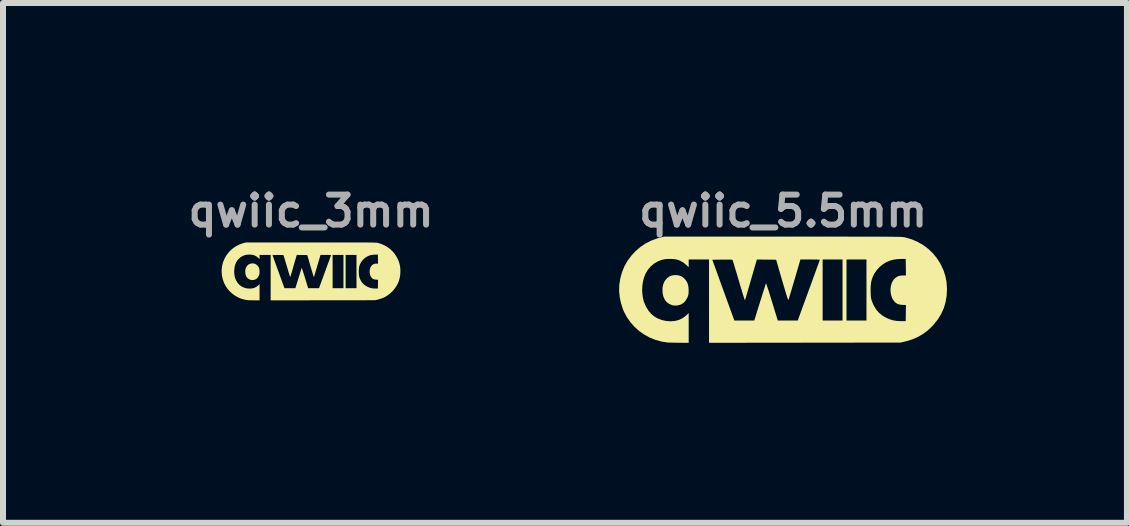
<source format=kicad_pcb>
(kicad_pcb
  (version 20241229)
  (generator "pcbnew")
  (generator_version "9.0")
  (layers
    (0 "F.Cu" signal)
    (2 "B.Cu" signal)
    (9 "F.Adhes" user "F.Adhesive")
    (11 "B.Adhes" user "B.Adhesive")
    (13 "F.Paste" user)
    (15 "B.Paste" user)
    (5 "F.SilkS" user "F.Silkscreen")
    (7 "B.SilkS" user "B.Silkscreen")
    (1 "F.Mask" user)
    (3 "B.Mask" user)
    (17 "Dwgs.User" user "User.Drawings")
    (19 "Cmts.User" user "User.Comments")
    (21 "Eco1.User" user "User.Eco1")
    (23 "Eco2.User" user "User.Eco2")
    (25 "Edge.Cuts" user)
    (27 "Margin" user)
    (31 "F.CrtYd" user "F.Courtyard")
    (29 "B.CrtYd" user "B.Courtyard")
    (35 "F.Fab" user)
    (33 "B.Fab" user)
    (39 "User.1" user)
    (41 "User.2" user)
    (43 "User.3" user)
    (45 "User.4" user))
  (footprint "qwiic_3mm"
    (layer "F.Cu")
    (at 2.136 1.468)
    (property "Reference" "qwiic_3mm" (at 0 -1 0) (layer "F.Fab") (effects (font (size 0.5 0.5) (thickness 0.1))))
    (attr board_only exclude_from_pos_files exclude_from_bom)
    (fp_poly (pts (xy -0.951 -0.124) (xy -0.928 -0.117) (xy -0.908 -0.103) (xy -0.902 -0.099) (xy -0.883 -0.078) (xy -0.87 -0.055) (xy -0.862 -0.027) (xy -0.859 0.005) (xy -0.86 0.024) (xy -0.861 0.042) (xy -0.863 0.055) (xy -0.866 0.066) (xy -0.872 0.078) (xy -0.875 0.086) (xy -0.891 0.111) (xy -0.91 0.129) (xy -0.932 0.142) (xy -0.959 0.149) (xy -0.973 0.151) (xy -0.988 0.151) (xy -1.003 0.149) (xy -1.008 0.147) (xy -1.035 0.136) (xy -1.058 0.12) (xy -1.076 0.098) (xy -1.088 0.072) (xy -1.095 0.041) (xy -1.097 0.023) (xy -1.097 -0.011) (xy -1.091 -0.042) (xy -1.08 -0.068) (xy -1.063 -0.09) (xy -1.054 -0.1) (xy -1.033 -0.114) (xy -1.01 -0.123) (xy -0.984 -0.127) (xy -0.978 -0.127)) (stroke (width 0) (type solid)) (fill yes) (layer "F.SilkS"))
    (fp_poly (pts (xy 0.103 -0.476) (xy 0.201 -0.476) (xy 0.292 -0.476) (xy 0.377 -0.476) (xy 0.455 -0.476) (xy 0.527 -0.476) (xy 0.594 -0.476) (xy 0.655 -0.476) (xy 0.711 -0.476) (xy 0.762 -0.476) (xy 0.808 -0.476) (xy 0.85 -0.476) (xy 0.887 -0.476) (xy 0.92 -0.476) (xy 0.95 -0.475) (xy 0.976 -0.475) (xy 0.999 -0.475) (xy 1.018 -0.475) (xy 1.035 -0.474) (xy 1.05 -0.474) (xy 1.062 -0.474) (xy 1.072 -0.473) (xy 1.08 -0.473) (xy 1.087 -0.472) (xy 1.093 -0.472) (xy 1.097 -0.471) (xy 1.101 -0.471) (xy 1.104 -0.47) (xy 1.107 -0.47) (xy 1.166 -0.452) (xy 1.221 -0.429) (xy 1.272 -0.4) (xy 1.318 -0.366) (xy 1.36 -0.326) (xy 1.397 -0.281) (xy 1.429 -0.231) (xy 1.436 -0.218) (xy 1.459 -0.168) (xy 1.475 -0.118) (xy 1.485 -0.066) (xy 1.489 -0.012) (xy 1.489 0.003) (xy 1.486 0.064) (xy 1.476 0.121) (xy 1.46 0.175) (xy 1.437 0.227) (xy 1.407 0.275) (xy 1.37 0.322) (xy 1.355 0.339) (xy 1.314 0.377) (xy 1.27 0.41) (xy 1.224 0.437) (xy 1.174 0.458) (xy 1.118 0.475) (xy 1.102 0.479) (xy 1.067 0.487) (xy 0.197 0.488) (xy -0.674 0.489) (xy -0.674 0.111) (xy -0.674 -0.266) (xy -0.644 -0.266) (xy -0.544 0.01) (xy -0.444 0.286) (xy -0.353 0.286) (xy -0.262 0.286) (xy -0.21 0.119) (xy -0.2 0.085) (xy -0.19 0.054) (xy -0.181 0.025) (xy -0.173 0.000278) (xy -0.166 -0.021) (xy -0.161 -0.037) (xy -0.158 -0.047) (xy -0.156 -0.052) (xy -0.156 -0.052) (xy -0.154 -0.049) (xy -0.151 -0.04) (xy -0.146 -0.025) (xy -0.139 -0.005) (xy -0.132 0.019) (xy -0.123 0.046) (xy -0.113 0.077) (xy -0.103 0.11) (xy -0.101 0.116) (xy -0.049 0.286) (xy 0.042 0.286) (xy 0.132 0.286) (xy 0.233 0.011) (xy 0.248 -0.031) (xy 0.263 -0.072) (xy 0.277 -0.11) (xy 0.29 -0.145) (xy 0.302 -0.177) (xy 0.312 -0.205) (xy 0.32 -0.228) (xy 0.326 -0.246) (xy 0.331 -0.259) (xy 0.333 -0.265) (xy 0.333 -0.266) (xy 0.33 -0.266) (xy 0.32 -0.267) (xy 0.305 -0.268) (xy 0.286 -0.268) (xy 0.263 -0.268) (xy 0.245 -0.268) (xy 0.359 -0.268) (xy 0.359 0.009) (xy 0.359 0.286) (xy 0.449 0.286) (xy 0.54 0.286) (xy 0.54 0.009) (xy 0.54 -0.268) (xy 0.576 -0.268) (xy 0.576 0.009) (xy 0.576 0.286) (xy 0.667 0.286) (xy 0.757 0.286) (xy 0.757 0.011) (xy 0.795 0.011) (xy 0.796 0.04) (xy 0.797 0.064) (xy 0.8 0.084) (xy 0.804 0.102) (xy 0.81 0.12) (xy 0.819 0.14) (xy 0.825 0.152) (xy 0.846 0.187) (xy 0.873 0.218) (xy 0.905 0.243) (xy 0.93 0.258) (xy 0.963 0.273) (xy 0.995 0.284) (xy 1.027 0.29) (xy 1.063 0.292) (xy 1.08 0.292) (xy 1.114 0.292) (xy 1.115 0.219) (xy 1.116 0.146) (xy 1.084 0.144) (xy 1.058 0.141) (xy 1.037 0.134) (xy 1.02 0.123) (xy 1.009 0.112) (xy 0.994 0.089) (xy 0.983 0.062) (xy 0.977 0.033) (xy 0.976 0.004) (xy 0.979 -0.025) (xy 0.987 -0.053) (xy 0.999 -0.077) (xy 1.016 -0.097) (xy 1.033 -0.11) (xy 1.051 -0.118) (xy 1.072 -0.122) (xy 1.088 -0.123) (xy 1.116 -0.123) (xy 1.115 -0.198) (xy 1.114 -0.274) (xy 1.069 -0.273) (xy 1.033 -0.271) (xy 1.001 -0.266) (xy 0.971 -0.258) (xy 0.941 -0.245) (xy 0.935 -0.242) (xy 0.906 -0.224) (xy 0.878 -0.201) (xy 0.853 -0.174) (xy 0.833 -0.146) (xy 0.827 -0.136) (xy 0.816 -0.112) (xy 0.807 -0.09) (xy 0.801 -0.069) (xy 0.798 -0.046) (xy 0.796 -0.019) (xy 0.795 0.011) (xy 0.757 0.011) (xy 0.757 0.009) (xy 0.757 -0.268) (xy 0.667 -0.268) (xy 0.576 -0.268) (xy 0.54 -0.268) (xy 0.449 -0.268) (xy 0.359 -0.268) (xy 0.245 -0.268) (xy 0.157 -0.268) (xy 0.105 -0.091) (xy 0.095 -0.057) (xy 0.085 -0.024) (xy 0.076 0.006) (xy 0.068 0.034) (xy 0.061 0.057) (xy 0.056 0.075) (xy 0.052 0.088) (xy 0.049 0.095) (xy 0.049 0.096) (xy 0.048 0.098) (xy 0.048 0.099) (xy 0.046 0.098) (xy 0.045 0.097) (xy 0.043 0.093) (xy 0.041 0.087) (xy 0.038 0.078) (xy 0.034 0.066) (xy 0.029 0.05) (xy 0.023 0.03) (xy 0.016 0.006) (xy 0.007 -0.023) (xy -0.003 -0.057) (xy -0.015 -0.097) (xy -0.028 -0.143) (xy -0.043 -0.196) (xy -0.046 -0.207) (xy -0.064 -0.266) (xy -0.151 -0.267) (xy -0.239 -0.268) (xy -0.248 -0.238) (xy -0.251 -0.228) (xy -0.255 -0.212) (xy -0.261 -0.191) (xy -0.269 -0.166) (xy -0.277 -0.137) (xy -0.286 -0.106) (xy -0.296 -0.073) (xy -0.301 -0.054) (xy -0.31 -0.022) (xy -0.319 0.008) (xy -0.327 0.035) (xy -0.334 0.058) (xy -0.34 0.078) (xy -0.344 0.092) (xy -0.347 0.1) (xy -0.348 0.102) (xy -0.349 0.1) (xy -0.352 0.09) (xy -0.357 0.075) (xy -0.364 0.056) (xy -0.371 0.031) (xy -0.38 0.003) (xy -0.389 -0.028) (xy -0.399 -0.062) (xy -0.404 -0.078) (xy -0.414 -0.113) (xy -0.424 -0.146) (xy -0.433 -0.176) (xy -0.441 -0.203) (xy -0.448 -0.226) (xy -0.453 -0.244) (xy -0.457 -0.257) (xy -0.46 -0.263) (xy -0.46 -0.264) (xy -0.464 -0.266) (xy -0.474 -0.267) (xy -0.49 -0.267) (xy -0.513 -0.267) (xy -0.542 -0.267) (xy -0.553 -0.267) (xy -0.644 -0.266) (xy -0.674 -0.266) (xy -0.674 -0.268) (xy -0.766 -0.268) (xy -0.859 -0.268) (xy -0.859 -0.233) (xy -0.859 -0.198) (xy -0.878 -0.216) (xy -0.906 -0.24) (xy -0.937 -0.257) (xy -0.957 -0.265) (xy -0.975 -0.269) (xy -0.999 -0.272) (xy -1.025 -0.274) (xy -1.051 -0.273) (xy -1.076 -0.271) (xy -1.097 -0.267) (xy -1.098 -0.267) (xy -1.137 -0.252) (xy -1.173 -0.232) (xy -1.204 -0.205) (xy -1.231 -0.174) (xy -1.251 -0.14) (xy -1.265 -0.106) (xy -1.275 -0.068) (xy -1.28 -0.027) (xy -1.282 0.014) (xy -1.28 0.044) (xy -1.276 0.074) (xy -1.271 0.098) (xy -1.265 0.12) (xy -1.256 0.142) (xy -1.248 0.159) (xy -1.227 0.194) (xy -1.202 0.224) (xy -1.172 0.249) (xy -1.141 0.267) (xy -1.102 0.283) (xy -1.06 0.291) (xy -1.023 0.293) (xy -0.983 0.29) (xy -0.947 0.281) (xy -0.914 0.265) (xy -0.885 0.243) (xy -0.88 0.239) (xy -0.859 0.218) (xy -0.859 0.354) (xy -0.859 0.489) (xy -0.947 0.489) (xy -0.972 0.488) (xy -0.996 0.488) (xy -1.017 0.488) (xy -1.033 0.487) (xy -1.045 0.487) (xy -1.049 0.487) (xy -1.106 0.478) (xy -1.161 0.463) (xy -1.214 0.441) (xy -1.263 0.414) (xy -1.309 0.382) (xy -1.351 0.344) (xy -1.389 0.302) (xy -1.421 0.256) (xy -1.447 0.206) (xy -1.457 0.183) (xy -1.475 0.128) (xy -1.486 0.073) (xy -1.491 0.018) (xy -1.49 -0.036) (xy -1.481 -0.096) (xy -1.465 -0.153) (xy -1.443 -0.206) (xy -1.415 -0.256) (xy -1.38 -0.303) (xy -1.342 -0.345) (xy -1.297 -0.383) (xy -1.25 -0.414) (xy -1.199 -0.44) (xy -1.144 -0.46) (xy -1.121 -0.467) (xy -1.082 -0.476) (xy -0.002 -0.476)) (stroke (width 0) (type solid)) (fill yes) (layer "F.SilkS")))
  (footprint "qwiic_5.5mm"
    (layer "F.Cu")
    (at 10.006 1.768)
    (property "Reference" "qwiic_5.5mm" (at 0 -1.3 0) (layer "F.Fab") (effects (font (size 0.5 0.5) (thickness 0.1))))
    (attr board_only exclude_from_pos_files exclude_from_bom)
    (fp_poly (pts (xy -1.745 -0.228) (xy -1.702 -0.214) (xy -1.664 -0.19) (xy -1.654 -0.181) (xy -1.62 -0.143) (xy -1.596 -0.1) (xy -1.581 -0.05) (xy -1.576 0.009) (xy -1.576 0.045) (xy -1.578 0.076) (xy -1.582 0.1) (xy -1.588 0.121) (xy -1.598 0.144) (xy -1.605 0.158) (xy -1.634 0.204) (xy -1.668 0.237) (xy -1.709 0.26) (xy -1.758 0.273) (xy -1.783 0.276) (xy -1.811 0.276) (xy -1.839 0.272) (xy -1.847 0.27) (xy -1.898 0.25) (xy -1.94 0.22) (xy -1.972 0.18) (xy -1.995 0.132) (xy -2.009 0.075) (xy -2.012 0.043) (xy -2.011 -0.021) (xy -2 -0.076) (xy -1.98 -0.124) (xy -1.949 -0.166) (xy -1.932 -0.183) (xy -1.894 -0.21) (xy -1.853 -0.226) (xy -1.804 -0.232) (xy -1.794 -0.233)) (stroke (width 0) (type solid)) (fill yes) (layer "F.SilkS"))
    (fp_poly (pts (xy 0.189 -0.874) (xy 0.368 -0.874) (xy 0.536 -0.874) (xy 0.691 -0.874) (xy 0.834 -0.874) (xy 0.967 -0.874) (xy 1.089 -0.873) (xy 1.201 -0.873) (xy 1.304 -0.873) (xy 1.397 -0.873) (xy 1.482 -0.873) (xy 1.558 -0.873) (xy 1.626 -0.872) (xy 1.687 -0.872) (xy 1.742 -0.872) (xy 1.789 -0.871) (xy 1.831 -0.871) (xy 1.867 -0.87) (xy 1.898 -0.87) (xy 1.925 -0.869) (xy 1.947 -0.869) (xy 1.966 -0.868) (xy 1.981 -0.867) (xy 1.994 -0.866) (xy 2.004 -0.865) (xy 2.012 -0.864) (xy 2.019 -0.863) (xy 2.025 -0.862) (xy 2.03 -0.861) (xy 2.138 -0.83) (xy 2.239 -0.787) (xy 2.332 -0.734) (xy 2.417 -0.671) (xy 2.494 -0.598) (xy 2.562 -0.515) (xy 2.62 -0.424) (xy 2.633 -0.399) (xy 2.675 -0.308) (xy 2.704 -0.216) (xy 2.723 -0.121) (xy 2.73 -0.021) (xy 2.731 0.006) (xy 2.725 0.117) (xy 2.707 0.222) (xy 2.677 0.321) (xy 2.634 0.415) (xy 2.58 0.505) (xy 2.512 0.59) (xy 2.484 0.621) (xy 2.409 0.692) (xy 2.329 0.751) (xy 2.244 0.8) (xy 2.152 0.84) (xy 2.05 0.871) (xy 2.021 0.878) (xy 1.957 0.893) (xy 0.36 0.895) (xy -1.236 0.897) (xy -1.236 0.203) (xy -1.236 -0.488) (xy -1.181 -0.488) (xy -0.998 0.018) (xy -0.814 0.525) (xy -0.647 0.525) (xy -0.481 0.525) (xy -0.386 0.218) (xy -0.366 0.156) (xy -0.349 0.099) (xy -0.332 0.046) (xy -0.317 0.001) (xy -0.305 -0.038) (xy -0.296 -0.067) (xy -0.289 -0.087) (xy -0.286 -0.095) (xy -0.286 -0.095) (xy -0.283 -0.09) (xy -0.277 -0.073) (xy -0.268 -0.046) (xy -0.256 -0.01) (xy -0.241 0.034) (xy -0.225 0.085) (xy -0.208 0.142) (xy -0.189 0.203) (xy -0.186 0.212) (xy -0.09 0.525) (xy 0.076 0.525) (xy 0.243 0.525) (xy 0.427 0.021) (xy 0.456 -0.057) (xy 0.483 -0.132) (xy 0.508 -0.202) (xy 0.532 -0.267) (xy 0.553 -0.325) (xy 0.571 -0.375) (xy 0.587 -0.418) (xy 0.599 -0.451) (xy 0.607 -0.474) (xy 0.611 -0.486) (xy 0.611 -0.487) (xy 0.605 -0.489) (xy 0.587 -0.49) (xy 0.56 -0.491) (xy 0.524 -0.491) (xy 0.483 -0.492) (xy 0.45 -0.492) (xy 0.658 -0.492) (xy 0.658 0.017) (xy 0.658 0.525) (xy 0.824 0.525) (xy 0.99 0.525) (xy 0.99 0.017) (xy 0.99 -0.492) (xy 1.056 -0.492) (xy 1.056 0.017) (xy 1.056 0.525) (xy 1.222 0.525) (xy 1.389 0.525) (xy 1.389 0.02) (xy 1.458 0.02) (xy 1.459 0.073) (xy 1.461 0.116) (xy 1.466 0.153) (xy 1.474 0.187) (xy 1.486 0.22) (xy 1.502 0.257) (xy 1.512 0.278) (xy 1.551 0.343) (xy 1.6 0.399) (xy 1.659 0.446) (xy 1.704 0.473) (xy 1.766 0.501) (xy 1.824 0.52) (xy 1.883 0.531) (xy 1.949 0.536) (xy 1.98 0.536) (xy 2.043 0.535) (xy 2.045 0.401) (xy 2.047 0.267) (xy 1.988 0.265) (xy 1.94 0.259) (xy 1.902 0.246) (xy 1.871 0.226) (xy 1.851 0.205) (xy 1.822 0.163) (xy 1.803 0.114) (xy 1.792 0.061) (xy 1.789 0.007) (xy 1.795 -0.047) (xy 1.809 -0.097) (xy 1.832 -0.141) (xy 1.862 -0.177) (xy 1.895 -0.202) (xy 1.928 -0.217) (xy 1.966 -0.224) (xy 1.995 -0.226) (xy 2.047 -0.226) (xy 2.045 -0.364) (xy 2.043 -0.502) (xy 1.96 -0.501) (xy 1.894 -0.497) (xy 1.836 -0.488) (xy 1.781 -0.473) (xy 1.726 -0.45) (xy 1.714 -0.444) (xy 1.661 -0.411) (xy 1.61 -0.369) (xy 1.564 -0.32) (xy 1.527 -0.268) (xy 1.516 -0.249) (xy 1.495 -0.205) (xy 1.48 -0.166) (xy 1.469 -0.126) (xy 1.463 -0.084) (xy 1.459 -0.035) (xy 1.458 0.02) (xy 1.389 0.02) (xy 1.389 0.017) (xy 1.389 -0.492) (xy 1.222 -0.492) (xy 1.056 -0.492) (xy 0.99 -0.492) (xy 0.824 -0.492) (xy 0.658 -0.492) (xy 0.45 -0.492) (xy 0.288 -0.492) (xy 0.193 -0.168) (xy 0.174 -0.104) (xy 0.156 -0.044) (xy 0.14 0.012) (xy 0.125 0.062) (xy 0.112 0.104) (xy 0.102 0.138) (xy 0.095 0.162) (xy 0.091 0.174) (xy 0.09 0.176) (xy 0.089 0.179) (xy 0.087 0.181) (xy 0.085 0.181) (xy 0.083 0.177) (xy 0.079 0.171) (xy 0.075 0.159) (xy 0.069 0.143) (xy 0.062 0.121) (xy 0.053 0.092) (xy 0.042 0.056) (xy 0.029 0.011) (xy 0.013 -0.042) (xy -0.006 -0.105) (xy -0.027 -0.178) (xy -0.052 -0.263) (xy -0.08 -0.359) (xy -0.085 -0.379) (xy -0.117 -0.488) (xy -0.277 -0.49) (xy -0.438 -0.492) (xy -0.454 -0.437) (xy -0.46 -0.419) (xy -0.468 -0.39) (xy -0.479 -0.351) (xy -0.493 -0.304) (xy -0.508 -0.252) (xy -0.525 -0.194) (xy -0.542 -0.134) (xy -0.552 -0.1) (xy -0.569 -0.041) (xy -0.585 0.014) (xy -0.6 0.064) (xy -0.612 0.107) (xy -0.623 0.142) (xy -0.631 0.168) (xy -0.636 0.184) (xy -0.638 0.188) (xy -0.64 0.182) (xy -0.646 0.166) (xy -0.655 0.138) (xy -0.667 0.102) (xy -0.681 0.057) (xy -0.696 0.005) (xy -0.714 -0.052) (xy -0.732 -0.114) (xy -0.74 -0.142) (xy -0.759 -0.207) (xy -0.777 -0.267) (xy -0.794 -0.323) (xy -0.809 -0.372) (xy -0.821 -0.414) (xy -0.831 -0.447) (xy -0.839 -0.471) (xy -0.843 -0.483) (xy -0.844 -0.485) (xy -0.851 -0.487) (xy -0.869 -0.489) (xy -0.898 -0.49) (xy -0.94 -0.49) (xy -0.994 -0.49) (xy -1.015 -0.49) (xy -1.181 -0.488) (xy -1.236 -0.488) (xy -1.236 -0.492) (xy -1.405 -0.492) (xy -1.575 -0.492) (xy -1.575 -0.427) (xy -1.575 -0.363) (xy -1.61 -0.397) (xy -1.661 -0.439) (xy -1.719 -0.472) (xy -1.754 -0.486) (xy -1.788 -0.494) (xy -1.831 -0.499) (xy -1.879 -0.502) (xy -1.928 -0.501) (xy -1.973 -0.497) (xy -2.012 -0.489) (xy -2.013 -0.489) (xy -2.085 -0.463) (xy -2.15 -0.425) (xy -2.208 -0.377) (xy -2.257 -0.318) (xy -2.294 -0.256) (xy -2.319 -0.194) (xy -2.337 -0.125) (xy -2.348 -0.05) (xy -2.351 0.025) (xy -2.347 0.081) (xy -2.34 0.135) (xy -2.331 0.18) (xy -2.319 0.22) (xy -2.302 0.261) (xy -2.288 0.292) (xy -2.25 0.355) (xy -2.204 0.411) (xy -2.149 0.457) (xy -2.093 0.49) (xy -2.02 0.518) (xy -1.944 0.534) (xy -1.875 0.538) (xy -1.802 0.532) (xy -1.736 0.515) (xy -1.676 0.486) (xy -1.622 0.446) (xy -1.614 0.439) (xy -1.575 0.4) (xy -1.575 0.648) (xy -1.575 0.897) (xy -1.736 0.896) (xy -1.782 0.895) (xy -1.826 0.895) (xy -1.864 0.894) (xy -1.895 0.893) (xy -1.916 0.893) (xy -1.923 0.892) (xy -2.028 0.876) (xy -2.129 0.848) (xy -2.226 0.809) (xy -2.317 0.759) (xy -2.401 0.7) (xy -2.478 0.631) (xy -2.546 0.554) (xy -2.605 0.47) (xy -2.654 0.378) (xy -2.672 0.336) (xy -2.704 0.235) (xy -2.725 0.133) (xy -2.735 0.032) (xy -2.732 -0.066) (xy -2.715 -0.176) (xy -2.687 -0.28) (xy -2.647 -0.378) (xy -2.595 -0.47) (xy -2.531 -0.556) (xy -2.46 -0.632) (xy -2.379 -0.702) (xy -2.292 -0.76) (xy -2.199 -0.807) (xy -2.098 -0.844) (xy -2.055 -0.856) (xy -1.983 -0.874) (xy -0.003 -0.874)) (stroke (width 0) (type solid)) (fill yes) (layer "F.SilkS")))
  (gr_rect
    (start -3 -3)
    (end 15.737 5.665)
    (stroke (width 0.1) (type default))
    (fill no)
    (layer "Edge.Cuts")))
</source>
